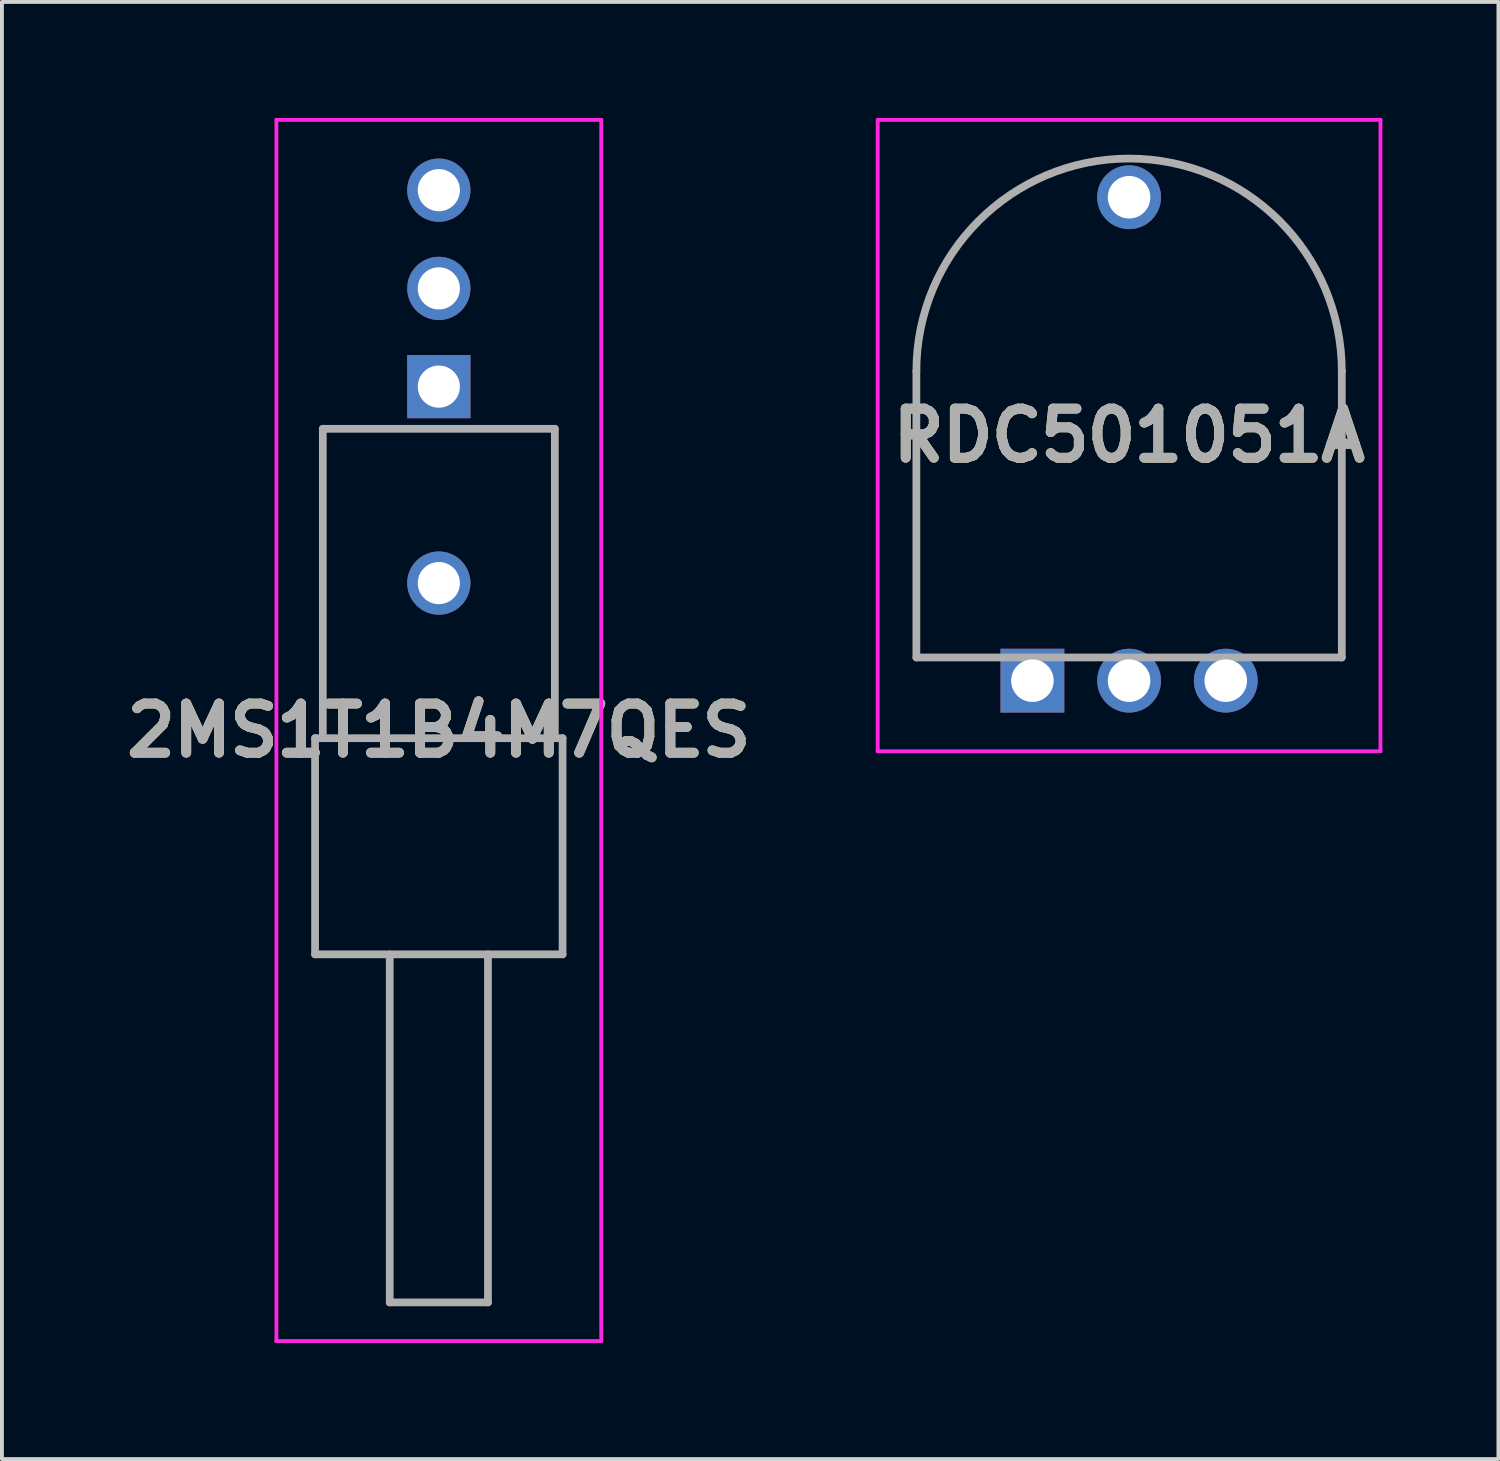
<source format=kicad_pcb>
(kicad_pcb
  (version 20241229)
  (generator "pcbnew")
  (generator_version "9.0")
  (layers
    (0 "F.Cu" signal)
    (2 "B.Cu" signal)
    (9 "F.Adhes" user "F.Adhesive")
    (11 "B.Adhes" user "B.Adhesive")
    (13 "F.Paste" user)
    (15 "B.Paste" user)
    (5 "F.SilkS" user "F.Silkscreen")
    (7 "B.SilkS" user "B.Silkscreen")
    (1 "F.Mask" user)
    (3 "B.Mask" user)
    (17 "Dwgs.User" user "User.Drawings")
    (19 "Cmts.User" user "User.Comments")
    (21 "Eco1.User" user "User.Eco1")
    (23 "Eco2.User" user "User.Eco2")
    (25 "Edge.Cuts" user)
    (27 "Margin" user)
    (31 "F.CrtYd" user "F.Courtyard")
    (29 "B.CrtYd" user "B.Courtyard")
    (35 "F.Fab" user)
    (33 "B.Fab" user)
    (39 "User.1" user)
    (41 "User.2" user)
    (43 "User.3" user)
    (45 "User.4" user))
  (footprint "RDC501051A"
    (layer "F.Cu")
    (at 23.645 14.55)
    (property "Reference" "RDC501051A" (at 2.5 -6.338 0) (layer "F.SilkS") (effects (font (size 1.27 1.27) (thickness 0.254))))
    (attr through_hole)
    (fp_line (start -3 -8) (end -3 -8) (stroke (width 0.1) (type solid)) (layer "F.SilkS"))
    (fp_line (start -3 -0.6) (end -3 -8) (stroke (width 0.1) (type solid)) (layer "F.SilkS"))
    (fp_line (start -1.5 -0.6) (end -3 -0.6) (stroke (width 0.1) (type solid)) (layer "F.SilkS"))
    (fp_line (start 8 -8) (end 8 -0.6) (stroke (width 0.1) (type solid)) (layer "F.SilkS"))
    (fp_line (start 8 -0.6) (end 6.5 -0.6) (stroke (width 0.1) (type solid)) (layer "F.SilkS"))
    (fp_arc (start -3 -8) (mid 2.5 -13.5) (end 8 -8) (stroke (width 0.1) (type solid)) (layer "F.SilkS"))
    (fp_line (start -4 -14.5) (end 9 -14.5) (stroke (width 0.1) (type solid)) (layer "F.CrtYd"))
    (fp_line (start -4 1.825) (end -4 -14.5) (stroke (width 0.1) (type solid)) (layer "F.CrtYd"))
    (fp_line (start 9 -14.5) (end 9 1.825) (stroke (width 0.1) (type solid)) (layer "F.CrtYd"))
    (fp_line (start 9 1.825) (end -4 1.825) (stroke (width 0.1) (type solid)) (layer "F.CrtYd"))
    (fp_line (start -3 -8) (end -3 -0.6) (stroke (width 0.2) (type solid)) (layer "F.Fab"))
    (fp_line (start -3 -0.6) (end 8 -0.6) (stroke (width 0.2) (type solid)) (layer "F.Fab"))
    (fp_line (start 8 -8) (end 8 -8) (stroke (width 0.2) (type solid)) (layer "F.Fab"))
    (fp_line (start 8 -0.6) (end 8 -8) (stroke (width 0.2) (type solid)) (layer "F.Fab"))
    (fp_arc (start -3 -8) (mid 2.5 -13.5) (end 8 -8) (stroke (width 0.2) (type solid)) (layer "F.Fab"))
    (fp_text user "${REFERENCE}" (at 2.5 -6.338 0) (layer "F.Fab") (effects (font (size 1.27 1.27) (thickness 0.254))))
    (pad "1" thru_hole rect (at 0 0) (size 1.65 1.65) (drill 1.1) (layers "*.Cu" "*.Mask"))
    (pad "2" thru_hole circle (at 2.5 0) (size 1.65 1.65) (drill 1.1) (layers "*.Cu" "*.Mask"))
    (pad "3" thru_hole circle (at 5 0) (size 1.65 1.65) (drill 1.1) (layers "*.Cu" "*.Mask"))
    (pad "4" thru_hole circle (at 2.5 -12.5) (size 1.65 1.65) (drill 1.1) (layers "*.Cu" "*.Mask")))
  (footprint "2MS1T1B4M7QES"
    (layer "F.Cu")
    (at 8.297 6.947)
    (property "Reference" "2MS1T1B4M7QES" (at 0 8.891 0) (layer "F.SilkS") (effects (font (size 1.27 1.27) (thickness 0.254))))
    (attr through_hole)
    (fp_line (start -3 1.09) (end 3 1.09) (stroke (width 0.1) (type solid)) (layer "F.SilkS"))
    (fp_line (start -3 9.09) (end -3 1.09) (stroke (width 0.1) (type solid)) (layer "F.SilkS"))
    (fp_line (start 3 1.09) (end 3 9.09) (stroke (width 0.1) (type solid)) (layer "F.SilkS"))
    (fp_line (start 3 9.09) (end -3 9.09) (stroke (width 0.1) (type solid)) (layer "F.SilkS"))
    (fp_line (start -4.2 -6.897) (end 4.2 -6.897) (stroke (width 0.1) (type solid)) (layer "F.CrtYd"))
    (fp_line (start -4.2 24.68) (end -4.2 -6.897) (stroke (width 0.1) (type solid)) (layer "F.CrtYd"))
    (fp_line (start 4.2 -6.897) (end 4.2 24.68) (stroke (width 0.1) (type solid)) (layer "F.CrtYd"))
    (fp_line (start 4.2 24.68) (end -4.2 24.68) (stroke (width 0.1) (type solid)) (layer "F.CrtYd"))
    (fp_line (start -3.2 9.09) (end -3.2 14.68) (stroke (width 0.2) (type solid)) (layer "F.Fab"))
    (fp_line (start -3.2 14.68) (end 3.2 14.68) (stroke (width 0.2) (type solid)) (layer "F.Fab"))
    (fp_line (start -3 1.09) (end 3 1.09) (stroke (width 0.2) (type solid)) (layer "F.Fab"))
    (fp_line (start -3 9.09) (end -3.2 9.09) (stroke (width 0.2) (type solid)) (layer "F.Fab"))
    (fp_line (start -3 9.09) (end -3 1.09) (stroke (width 0.2) (type solid)) (layer "F.Fab"))
    (fp_line (start -1.27 14.68) (end -1.27 23.68) (stroke (width 0.2) (type solid)) (layer "F.Fab"))
    (fp_line (start -1.27 23.68) (end 1.27 23.68) (stroke (width 0.2) (type solid)) (layer "F.Fab"))
    (fp_line (start 1.27 23.68) (end 1.27 14.68) (stroke (width 0.2) (type solid)) (layer "F.Fab"))
    (fp_line (start 3 1.09) (end 3 9.09) (stroke (width 0.2) (type solid)) (layer "F.Fab"))
    (fp_line (start 3 9.09) (end -3 9.09) (stroke (width 0.2) (type solid)) (layer "F.Fab"))
    (fp_line (start 3 9.09) (end 3.2 9.09) (stroke (width 0.2) (type solid)) (layer "F.Fab"))
    (fp_line (start 3.2 14.68) (end 3.2 9.09) (stroke (width 0.2) (type solid)) (layer "F.Fab"))
    (fp_text user "${REFERENCE}" (at 0 8.891 0) (layer "F.Fab") (effects (font (size 1.27 1.27) (thickness 0.254))))
    (pad "1" thru_hole rect (at 0 0) (size 1.635 1.635) (drill 1.09) (layers "*.Cu" "*.Mask"))
    (pad "2" thru_hole circle (at 0 -2.54) (size 1.635 1.635) (drill 1.09) (layers "*.Cu" "*.Mask"))
    (pad "3" thru_hole circle (at 0 -5.08) (size 1.635 1.635) (drill 1.09) (layers "*.Cu" "*.Mask"))
    (pad "MH1" thru_hole circle (at 0 5.08) (size 1.635 1.635) (drill 1.09) (layers "*.Cu" "*.Mask")))
  (gr_rect
    (start -3 -3)
    (end 35.695 34.677)
    (stroke (width 0.1) (type default))
    (fill no)
    (layer "Edge.Cuts")))
</source>
